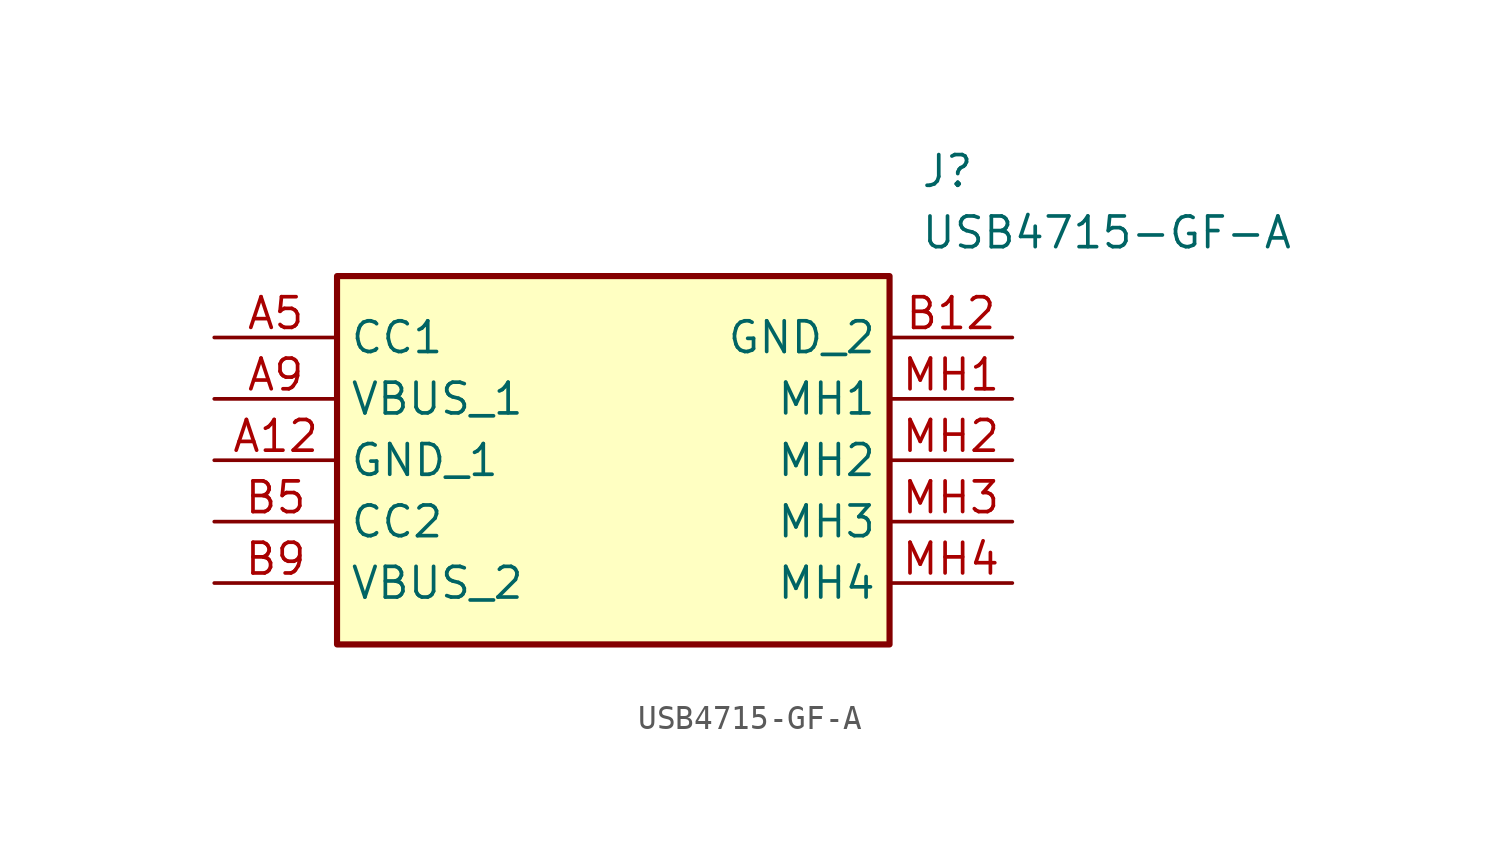
<source format=kicad_sym>
(kicad_symbol_lib
  (version 20211014)
  (generator SamacSys_ECAD_Model)
  (symbol "USB4715-GF-A"
    (property "Reference" "J"
      (at 29.21 7.62 0)
      (effects (font (size 1.27 1.27)) (justify left top)))
    (property "Value" "USB4715-GF-A"
      (at 29.21 5.08 0)
      (effects (font (size 1.27 1.27)) (justify left top)))
    (rectangle
      (start 5.08 2.54)
      (end 27.94 -12.7)
      (stroke (width 0.254) (type default))
      (fill (type background)))
    (pin passive line
      (at 0 0 0)
      (length 5.08)
      (name "CC1" (effects (font (size 1.27 1.27))))
      (number "A5" (effects (font (size 1.27 1.27)))))
    (pin passive line
      (at 0 -2.54 0)
      (length 5.08)
      (name "VBUS_1" (effects (font (size 1.27 1.27))))
      (number "A9" (effects (font (size 1.27 1.27)))))
    (pin passive line
      (at 0 -5.08 0)
      (length 5.08)
      (name "GND_1" (effects (font (size 1.27 1.27))))
      (number "A12" (effects (font (size 1.27 1.27)))))
    (pin passive line
      (at 0 -7.62 0)
      (length 5.08)
      (name "CC2" (effects (font (size 1.27 1.27))))
      (number "B5" (effects (font (size 1.27 1.27)))))
    (pin passive line
      (at 0 -10.16 0)
      (length 5.08)
      (name "VBUS_2" (effects (font (size 1.27 1.27))))
      (number "B9" (effects (font (size 1.27 1.27)))))
    (pin passive line
      (at 33.02 0 180)
      (length 5.08)
      (name "GND_2" (effects (font (size 1.27 1.27))))
      (number "B12" (effects (font (size 1.27 1.27)))))
    (pin passive line
      (at 33.02 -2.54 180)
      (length 5.08)
      (name "MH1" (effects (font (size 1.27 1.27))))
      (number "MH1" (effects (font (size 1.27 1.27)))))
    (pin passive line
      (at 33.02 -5.08 180)
      (length 5.08)
      (name "MH2" (effects (font (size 1.27 1.27))))
      (number "MH2" (effects (font (size 1.27 1.27)))))
    (pin passive line
      (at 33.02 -7.62 180)
      (length 5.08)
      (name "MH3" (effects (font (size 1.27 1.27))))
      (number "MH3" (effects (font (size 1.27 1.27)))))
    (pin passive line
      (at 33.02 -10.16 180)
      (length 5.08)
      (name "MH4" (effects (font (size 1.27 1.27))))
      (number "MH4" (effects (font (size 1.27 1.27)))))))
</source>
